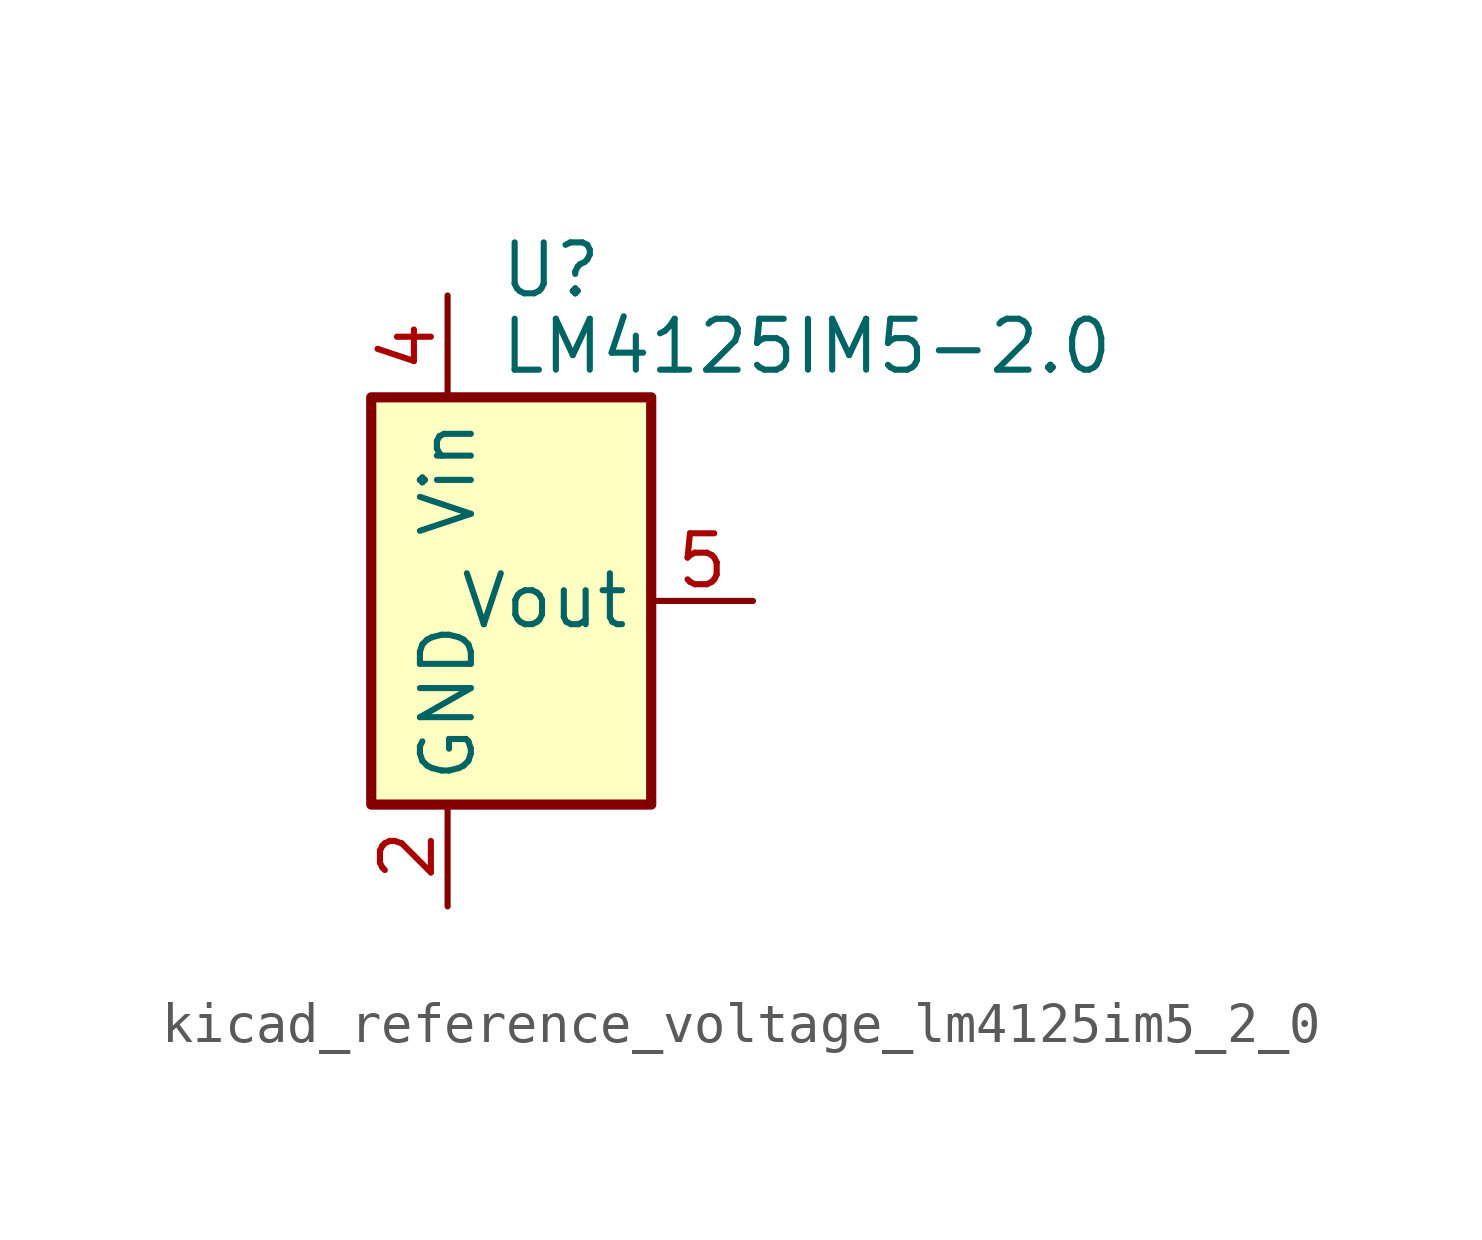
<source format=kicad_sym>
(kicad_symbol_lib
  (version 20220914)
  (generator kicad_symbol_editor)
  (symbol "kicad_reference_voltage_lm4125im5_2_0"
    (property "Reference" "U"
      (at 1.27 8.255 0)
      (effects (font (size 1.27 1.27)) (justify left)))
    (property "Value" "LM4125IM5-2.0"
      (at 1.27 6.35 0)
      (effects (font (size 1.27 1.27)) (justify left)))
    (symbol "kicad_reference_voltage_lm4125im5_2_0_0_1"
      (rectangle (start -1.905 5.08) (end 5.08 -5.08) (stroke (width 0.254) (type default)) (fill (type background))))
    (symbol "kicad_reference_voltage_lm4125im5_2_0_1_1"
      (pin no_connect line (at 2.54 -5.08 90) (length 2.54) hide (name "NC" (effects (font (size 1.27 1.27)))) (number "1" (effects (font (size 1.27 1.27)))))
      (pin power_in line (at 0 -7.62 90) (length 2.54) (name "GND" (effects (font (size 1.27 1.27)))) (number "2" (effects (font (size 1.27 1.27)))))
      (pin no_connect line (at 5.08 -5.08 90) (length 2.54) hide (name "NC" (effects (font (size 1.27 1.27)))) (number "3" (effects (font (size 1.27 1.27)))))
      (pin power_in line (at 0 7.62 270) (length 2.54) (name "Vin" (effects (font (size 1.27 1.27)))) (number "4" (effects (font (size 1.27 1.27)))))
      (pin power_out line (at 7.62 0 180) (length 2.54) (name "Vout" (effects (font (size 1.27 1.27)))) (number "5" (effects (font (size 1.27 1.27))))))))
</source>
